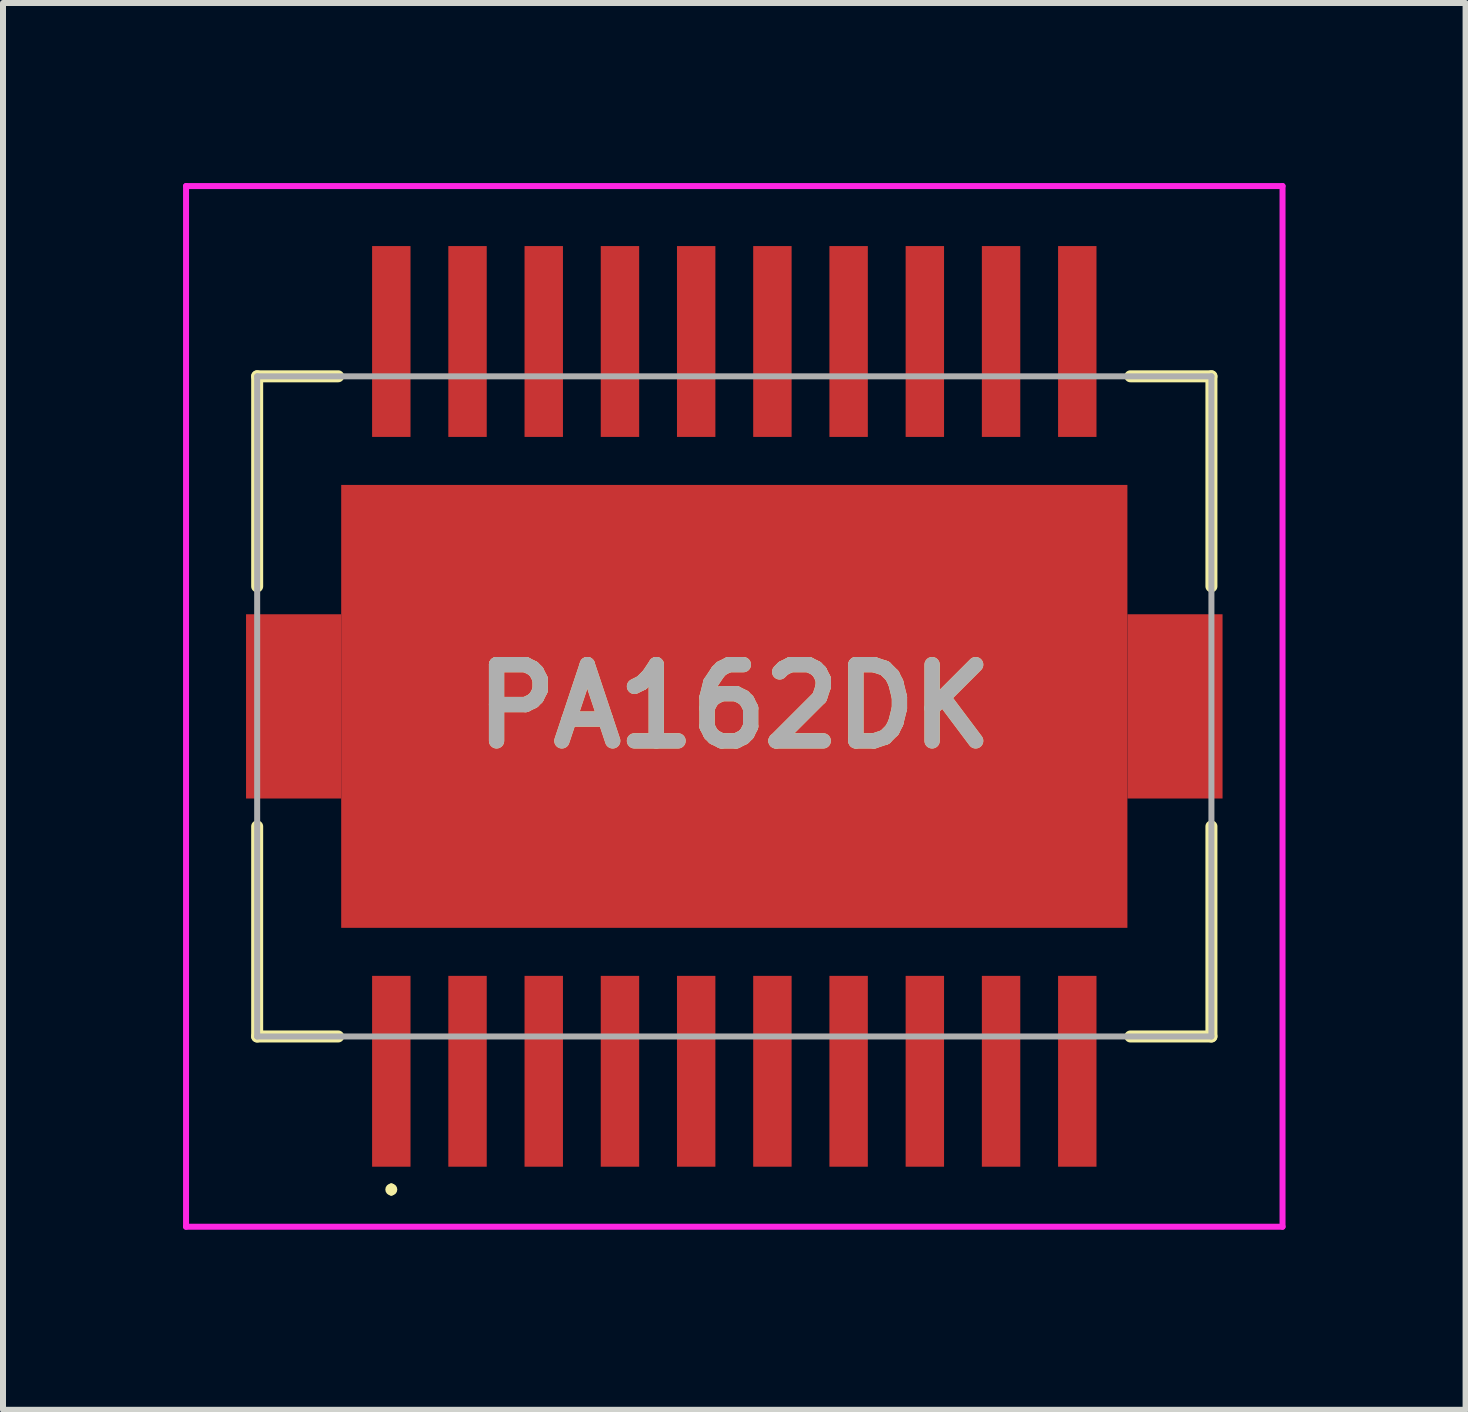
<source format=kicad_pcb>
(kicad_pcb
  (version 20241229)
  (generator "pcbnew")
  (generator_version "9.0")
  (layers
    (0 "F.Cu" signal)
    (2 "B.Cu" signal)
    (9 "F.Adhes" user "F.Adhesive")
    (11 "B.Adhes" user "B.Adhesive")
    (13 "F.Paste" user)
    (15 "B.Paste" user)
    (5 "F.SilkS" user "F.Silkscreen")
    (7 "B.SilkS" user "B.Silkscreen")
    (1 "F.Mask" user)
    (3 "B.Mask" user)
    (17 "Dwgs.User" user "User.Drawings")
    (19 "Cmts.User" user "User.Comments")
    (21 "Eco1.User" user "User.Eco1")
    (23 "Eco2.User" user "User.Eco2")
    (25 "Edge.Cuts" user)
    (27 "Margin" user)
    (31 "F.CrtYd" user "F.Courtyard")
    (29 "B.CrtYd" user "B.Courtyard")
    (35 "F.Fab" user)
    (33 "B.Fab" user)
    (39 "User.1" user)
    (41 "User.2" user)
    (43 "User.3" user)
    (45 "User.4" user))
  (footprint "PA162DK"
    (layer "F.Cu")
    (at 9.185 8.72)
    (property "Reference" "PA162DK" (at 0 0 0) (layer "F.SilkS") (effects (font (size 1.27 1.27) (thickness 0.254))))
    (attr smd)
    (fp_line (start -7.95 -5.5) (end -6.6 -5.5) (stroke (width 0.2) (type solid)) (layer "F.SilkS"))
    (fp_line (start -7.95 -2) (end -7.95 -5.5) (stroke (width 0.2) (type solid)) (layer "F.SilkS"))
    (fp_line (start -7.95 2) (end -7.95 5.5) (stroke (width 0.2) (type solid)) (layer "F.SilkS"))
    (fp_line (start -7.95 5.5) (end -6.6 5.5) (stroke (width 0.2) (type solid)) (layer "F.SilkS"))
    (fp_line (start -5.715 8) (end -5.715 8) (stroke (width 0.1) (type solid)) (layer "F.SilkS"))
    (fp_line (start -5.715 8.1) (end -5.715 8.1) (stroke (width 0.1) (type solid)) (layer "F.SilkS"))
    (fp_line (start 6.6 5.5) (end 7.95 5.5) (stroke (width 0.2) (type solid)) (layer "F.SilkS"))
    (fp_line (start 7.95 -5.5) (end 6.6 -5.5) (stroke (width 0.2) (type solid)) (layer "F.SilkS"))
    (fp_line (start 7.95 -2) (end 7.95 -5.5) (stroke (width 0.2) (type solid)) (layer "F.SilkS"))
    (fp_line (start 7.95 5.5) (end 7.95 2) (stroke (width 0.2) (type solid)) (layer "F.SilkS"))
    (fp_arc (start -5.715 8) (mid -5.665 8.05) (end -5.715 8.1) (stroke (width 0.1) (type solid)) (layer "F.SilkS"))
    (fp_arc (start -5.715 8.1) (mid -5.765 8.05) (end -5.715 8) (stroke (width 0.1) (type solid)) (layer "F.SilkS"))
    (fp_line (start -9.135 -8.67) (end 9.135 -8.67) (stroke (width 0.1) (type solid)) (layer "F.CrtYd"))
    (fp_line (start -9.135 8.67) (end -9.135 -8.67) (stroke (width 0.1) (type solid)) (layer "F.CrtYd"))
    (fp_line (start 9.135 -8.67) (end 9.135 8.67) (stroke (width 0.1) (type solid)) (layer "F.CrtYd"))
    (fp_line (start 9.135 8.67) (end -9.135 8.67) (stroke (width 0.1) (type solid)) (layer "F.CrtYd"))
    (fp_line (start -7.95 -5.5) (end -7.95 5.5) (stroke (width 0.1) (type solid)) (layer "F.Fab"))
    (fp_line (start -7.95 5.5) (end 7.95 5.5) (stroke (width 0.1) (type solid)) (layer "F.Fab"))
    (fp_line (start 7.95 -5.5) (end -7.95 -5.5) (stroke (width 0.1) (type solid)) (layer "F.Fab"))
    (fp_line (start 7.95 5.5) (end 7.95 -5.5) (stroke (width 0.1) (type solid)) (layer "F.Fab"))
    (fp_text user "${REFERENCE}" (at 0 0 0) (layer "F.Fab") (effects (font (size 1.27 1.27) (thickness 0.254))))
    (pad "1" smd rect (at -5.715 6.08) (size 0.64 3.18) (layers "F.Cu" "F.Mask" "F.Paste"))
    (pad "2" smd rect (at -4.445 6.08) (size 0.64 3.18) (layers "F.Cu" "F.Mask" "F.Paste"))
    (pad "3" smd rect (at -3.175 6.08) (size 0.64 3.18) (layers "F.Cu" "F.Mask" "F.Paste"))
    (pad "4" smd rect (at -1.905 6.08) (size 0.64 3.18) (layers "F.Cu" "F.Mask" "F.Paste"))
    (pad "5" smd rect (at -0.635 6.08) (size 0.64 3.18) (layers "F.Cu" "F.Mask" "F.Paste"))
    (pad "6" smd rect (at 0.635 6.08) (size 0.64 3.18) (layers "F.Cu" "F.Mask" "F.Paste"))
    (pad "7" smd rect (at 1.905 6.08) (size 0.64 3.18) (layers "F.Cu" "F.Mask" "F.Paste"))
    (pad "8" smd rect (at 3.175 6.08) (size 0.64 3.18) (layers "F.Cu" "F.Mask" "F.Paste"))
    (pad "9" smd rect (at 4.445 6.08) (size 0.64 3.18) (layers "F.Cu" "F.Mask" "F.Paste"))
    (pad "10" smd rect (at 5.715 6.08) (size 0.64 3.18) (layers "F.Cu" "F.Mask" "F.Paste"))
    (pad "11" smd rect (at 5.715 -6.08) (size 0.64 3.18) (layers "F.Cu" "F.Mask" "F.Paste"))
    (pad "12" smd rect (at 4.445 -6.08) (size 0.64 3.18) (layers "F.Cu" "F.Mask" "F.Paste"))
    (pad "13" smd rect (at 3.175 -6.08) (size 0.64 3.18) (layers "F.Cu" "F.Mask" "F.Paste"))
    (pad "14" smd rect (at 1.905 -6.08) (size 0.64 3.18) (layers "F.Cu" "F.Mask" "F.Paste"))
    (pad "15" smd rect (at 0.635 -6.08) (size 0.64 3.18) (layers "F.Cu" "F.Mask" "F.Paste"))
    (pad "16" smd rect (at -0.635 -6.08) (size 0.64 3.18) (layers "F.Cu" "F.Mask" "F.Paste"))
    (pad "17" smd rect (at -1.905 -6.08) (size 0.64 3.18) (layers "F.Cu" "F.Mask" "F.Paste"))
    (pad "18" smd rect (at -3.175 -6.08) (size 0.64 3.18) (layers "F.Cu" "F.Mask" "F.Paste"))
    (pad "19" smd rect (at -4.445 -6.08) (size 0.64 3.18) (layers "F.Cu" "F.Mask" "F.Paste"))
    (pad "20" smd rect (at -5.715 -6.08) (size 0.64 3.18) (layers "F.Cu" "F.Mask" "F.Paste"))
    (pad "21" smd rect (at -7.343 0) (size 1.585 3.07) (layers "F.Cu" "F.Mask" "F.Paste"))
    (pad "22" smd rect (at 0 0 90) (size 7.38 13.1) (layers "F.Cu" "F.Mask" "F.Paste"))
    (pad "23" smd rect (at 7.343 0) (size 1.585 3.07) (layers "F.Cu" "F.Mask" "F.Paste")))
  (gr_rect
    (start -3 -3)
    (end 21.37 20.44)
    (stroke (width 0.1) (type default))
    (fill no)
    (layer "Edge.Cuts")))
</source>
